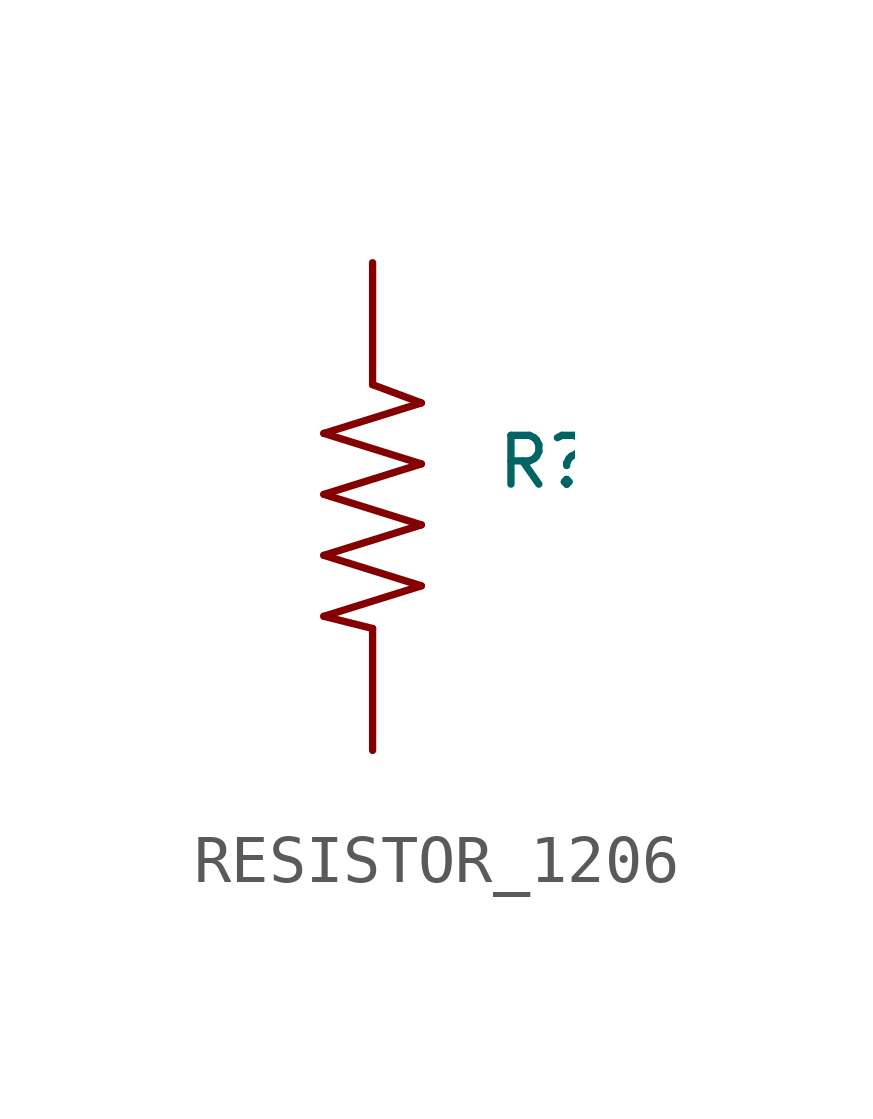
<source format=kicad_sym>
(kicad_symbol_lib
  (version 20241209)
  (generator "kicad_symbol_editor")
  (generator_version "9.0")
  (symbol "RESISTOR_1206"
    (property "Reference" "R"
      (at 2.54 1.524 0)
      (effects (font (size 1.016 1.016)) (justify left top)))
    (property "Value" ""
      (at 2.54 -1.524 0)
      (effects (font (size 1.016 1.016)) (justify left bottom)))
    (property "ki_locked" ""
      (at 0 0 0)
      (effects (font (size 1.27 1.27))))
    (symbol "RESISTOR_1206_1_0"
      (polyline (pts (xy -1.016 1.524) (xy 1.016 0.889)) (stroke (width 0.152) (type solid)) (fill (type none)))
      (polyline (pts (xy -1.016 0.254) (xy 1.016 -0.381)) (stroke (width 0.152) (type solid)) (fill (type none)))
      (polyline (pts (xy -1.016 -1.016) (xy 1.016 -1.651)) (stroke (width 0.152) (type solid)) (fill (type none)))
      (polyline (pts (xy -1.016 -2.286) (xy 0 -2.54)) (stroke (width 0.152) (type solid)) (fill (type none)))
      (polyline (pts (xy 0 2.54) (xy 1.016 2.159)) (stroke (width 0.152) (type solid)) (fill (type none)))
      (polyline (pts (xy 1.016 2.159) (xy -1.016 1.524)) (stroke (width 0.152) (type solid)) (fill (type none)))
      (polyline (pts (xy 1.016 0.889) (xy -1.016 0.254)) (stroke (width 0.152) (type solid)) (fill (type none)))
      (polyline (pts (xy 1.016 -0.381) (xy -1.016 -1.016)) (stroke (width 0.152) (type solid)) (fill (type none)))
      (polyline (pts (xy 1.016 -1.651) (xy -1.016 -2.286)) (stroke (width 0.152) (type solid)) (fill (type none)))
      (pin passive line (at 0 5.08 270) (length 2.54) (name "P$1" (effects (font (size 0 0)))) (number "P$1" (effects (font (size 0 0)))))
      (pin passive line (at 0 -5.08 90) (length 2.54) (name "P$2" (effects (font (size 0 0)))) (number "P$2" (effects (font (size 0 0))))))))
</source>
